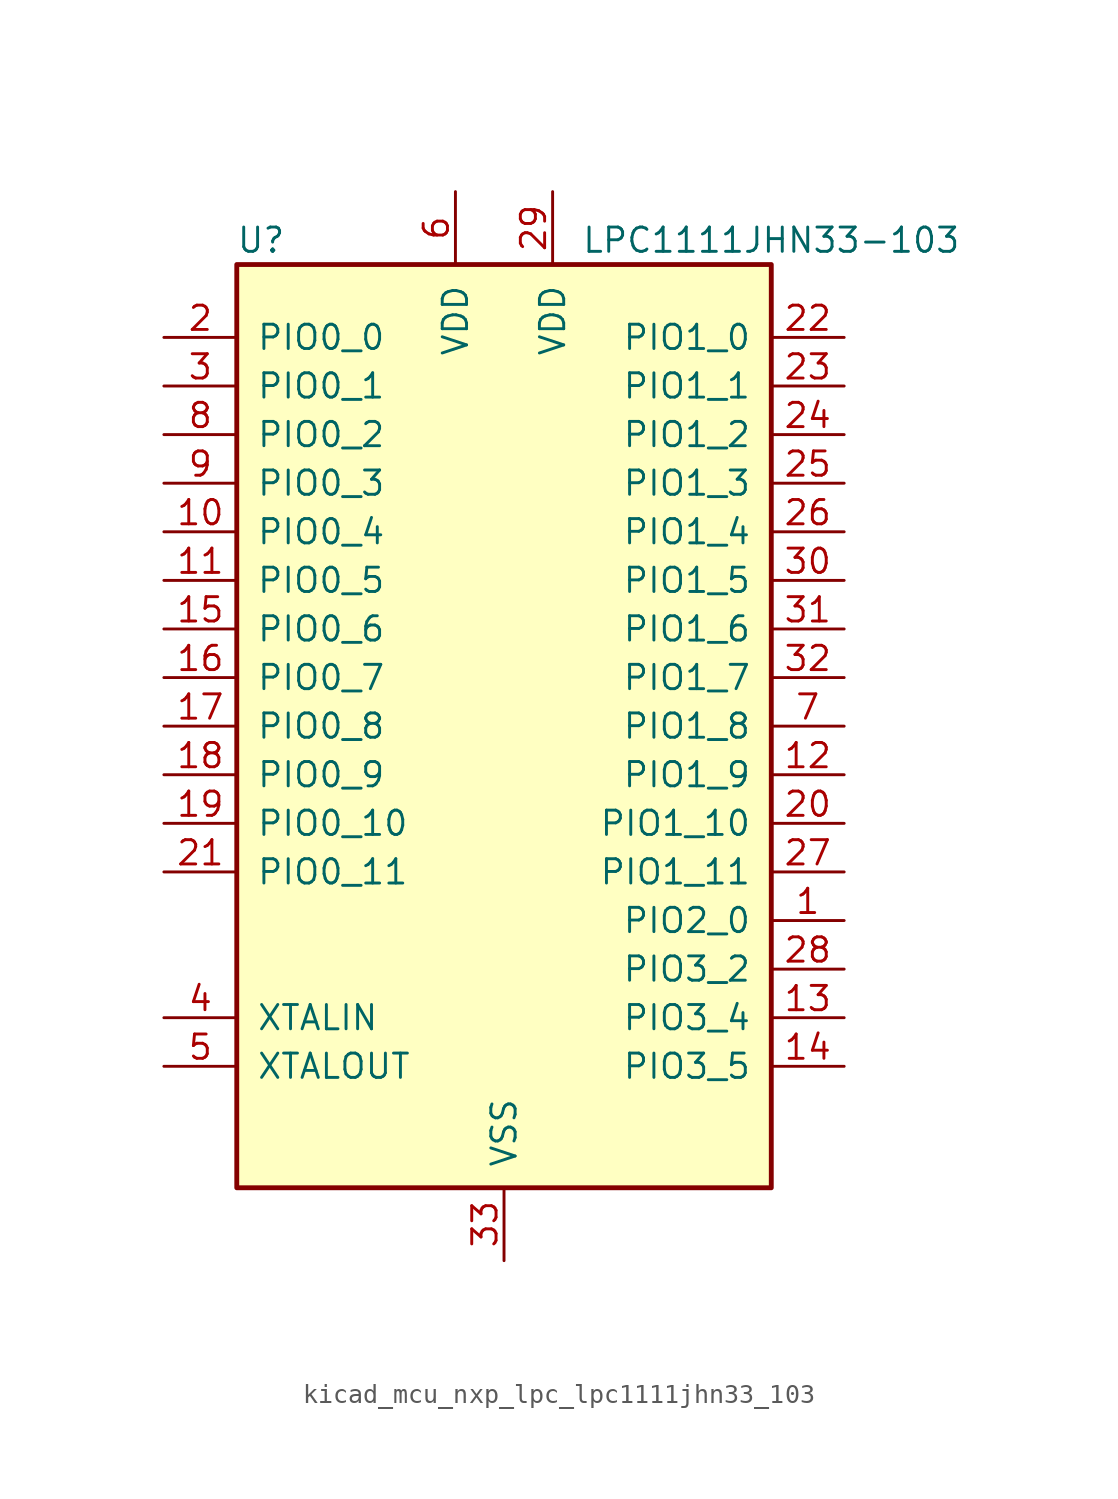
<source format=kicad_sym>
(kicad_symbol_lib
  (version 20220914)
  (generator kicad_symbol_editor)
  (symbol "kicad_mcu_nxp_lpc_lpc1111jhn33_103"
    (pin_names
      (offset 1.016))
    (property "Reference" "U"
      (at -12.7 25.4 0)
      (effects (font (size 1.27 1.27))))
    (property "Value" "LPC1111JHN33-103"
      (at 13.97 25.4 0)
      (effects (font (size 1.27 1.27))))
    (symbol "kicad_mcu_nxp_lpc_lpc1111jhn33_103_0_1"
      (rectangle (start -13.97 24.13) (end 13.97 -24.13) (stroke (width 0.254) (type default)) (fill (type background))))
    (symbol "kicad_mcu_nxp_lpc_lpc1111jhn33_103_1_1"
      (pin bidirectional line (at 17.78 -10.16 180) (length 3.81) (name "PIO2_0" (effects (font (size 1.27 1.27)))) (number "1" (effects (font (size 1.27 1.27)))))
      (pin bidirectional line (at -17.78 10.16 0) (length 3.81) (name "PIO0_4" (effects (font (size 1.27 1.27)))) (number "10" (effects (font (size 1.27 1.27)))))
      (pin bidirectional line (at -17.78 7.62 0) (length 3.81) (name "PIO0_5" (effects (font (size 1.27 1.27)))) (number "11" (effects (font (size 1.27 1.27)))))
      (pin bidirectional line (at 17.78 -2.54 180) (length 3.81) (name "PIO1_9" (effects (font (size 1.27 1.27)))) (number "12" (effects (font (size 1.27 1.27)))))
      (pin bidirectional line (at 17.78 -15.24 180) (length 3.81) (name "PIO3_4" (effects (font (size 1.27 1.27)))) (number "13" (effects (font (size 1.27 1.27)))))
      (pin bidirectional line (at 17.78 -17.78 180) (length 3.81) (name "PIO3_5" (effects (font (size 1.27 1.27)))) (number "14" (effects (font (size 1.27 1.27)))))
      (pin bidirectional line (at -17.78 5.08 0) (length 3.81) (name "PIO0_6" (effects (font (size 1.27 1.27)))) (number "15" (effects (font (size 1.27 1.27)))))
      (pin bidirectional line (at -17.78 2.54 0) (length 3.81) (name "PIO0_7" (effects (font (size 1.27 1.27)))) (number "16" (effects (font (size 1.27 1.27)))))
      (pin bidirectional line (at -17.78 0 0) (length 3.81) (name "PIO0_8" (effects (font (size 1.27 1.27)))) (number "17" (effects (font (size 1.27 1.27)))))
      (pin bidirectional line (at -17.78 -2.54 0) (length 3.81) (name "PIO0_9" (effects (font (size 1.27 1.27)))) (number "18" (effects (font (size 1.27 1.27)))))
      (pin bidirectional line (at -17.78 -5.08 0) (length 3.81) (name "PIO0_10" (effects (font (size 1.27 1.27)))) (number "19" (effects (font (size 1.27 1.27)))))
      (pin bidirectional line (at -17.78 20.32 0) (length 3.81) (name "PIO0_0" (effects (font (size 1.27 1.27)))) (number "2" (effects (font (size 1.27 1.27)))))
      (pin bidirectional line (at 17.78 -5.08 180) (length 3.81) (name "PIO1_10" (effects (font (size 1.27 1.27)))) (number "20" (effects (font (size 1.27 1.27)))))
      (pin bidirectional line (at -17.78 -7.62 0) (length 3.81) (name "PIO0_11" (effects (font (size 1.27 1.27)))) (number "21" (effects (font (size 1.27 1.27)))))
      (pin bidirectional line (at 17.78 20.32 180) (length 3.81) (name "PIO1_0" (effects (font (size 1.27 1.27)))) (number "22" (effects (font (size 1.27 1.27)))))
      (pin bidirectional line (at 17.78 17.78 180) (length 3.81) (name "PIO1_1" (effects (font (size 1.27 1.27)))) (number "23" (effects (font (size 1.27 1.27)))))
      (pin bidirectional line (at 17.78 15.24 180) (length 3.81) (name "PIO1_2" (effects (font (size 1.27 1.27)))) (number "24" (effects (font (size 1.27 1.27)))))
      (pin bidirectional line (at 17.78 12.7 180) (length 3.81) (name "PIO1_3" (effects (font (size 1.27 1.27)))) (number "25" (effects (font (size 1.27 1.27)))))
      (pin bidirectional line (at 17.78 10.16 180) (length 3.81) (name "PIO1_4" (effects (font (size 1.27 1.27)))) (number "26" (effects (font (size 1.27 1.27)))))
      (pin bidirectional line (at 17.78 -7.62 180) (length 3.81) (name "PIO1_11" (effects (font (size 1.27 1.27)))) (number "27" (effects (font (size 1.27 1.27)))))
      (pin bidirectional line (at 17.78 -12.7 180) (length 3.81) (name "PIO3_2" (effects (font (size 1.27 1.27)))) (number "28" (effects (font (size 1.27 1.27)))))
      (pin power_in line (at 2.54 27.94 270) (length 3.81) (name "VDD" (effects (font (size 1.27 1.27)))) (number "29" (effects (font (size 1.27 1.27)))))
      (pin bidirectional line (at -17.78 17.78 0) (length 3.81) (name "PIO0_1" (effects (font (size 1.27 1.27)))) (number "3" (effects (font (size 1.27 1.27)))))
      (pin bidirectional line (at 17.78 7.62 180) (length 3.81) (name "PIO1_5" (effects (font (size 1.27 1.27)))) (number "30" (effects (font (size 1.27 1.27)))))
      (pin bidirectional line (at 17.78 5.08 180) (length 3.81) (name "PIO1_6" (effects (font (size 1.27 1.27)))) (number "31" (effects (font (size 1.27 1.27)))))
      (pin bidirectional line (at 17.78 2.54 180) (length 3.81) (name "PIO1_7" (effects (font (size 1.27 1.27)))) (number "32" (effects (font (size 1.27 1.27)))))
      (pin power_in line (at 0 -27.94 90) (length 3.81) (name "VSS" (effects (font (size 1.27 1.27)))) (number "33" (effects (font (size 1.27 1.27)))))
      (pin input line (at -17.78 -15.24 0) (length 3.81) (name "XTALIN" (effects (font (size 1.27 1.27)))) (number "4" (effects (font (size 1.27 1.27)))))
      (pin output line (at -17.78 -17.78 0) (length 3.81) (name "XTALOUT" (effects (font (size 1.27 1.27)))) (number "5" (effects (font (size 1.27 1.27)))))
      (pin power_in line (at -2.54 27.94 270) (length 3.81) (name "VDD" (effects (font (size 1.27 1.27)))) (number "6" (effects (font (size 1.27 1.27)))))
      (pin bidirectional line (at 17.78 0 180) (length 3.81) (name "PIO1_8" (effects (font (size 1.27 1.27)))) (number "7" (effects (font (size 1.27 1.27)))))
      (pin bidirectional line (at -17.78 15.24 0) (length 3.81) (name "PIO0_2" (effects (font (size 1.27 1.27)))) (number "8" (effects (font (size 1.27 1.27)))))
      (pin bidirectional line (at -17.78 12.7 0) (length 3.81) (name "PIO0_3" (effects (font (size 1.27 1.27)))) (number "9" (effects (font (size 1.27 1.27))))))))
</source>
